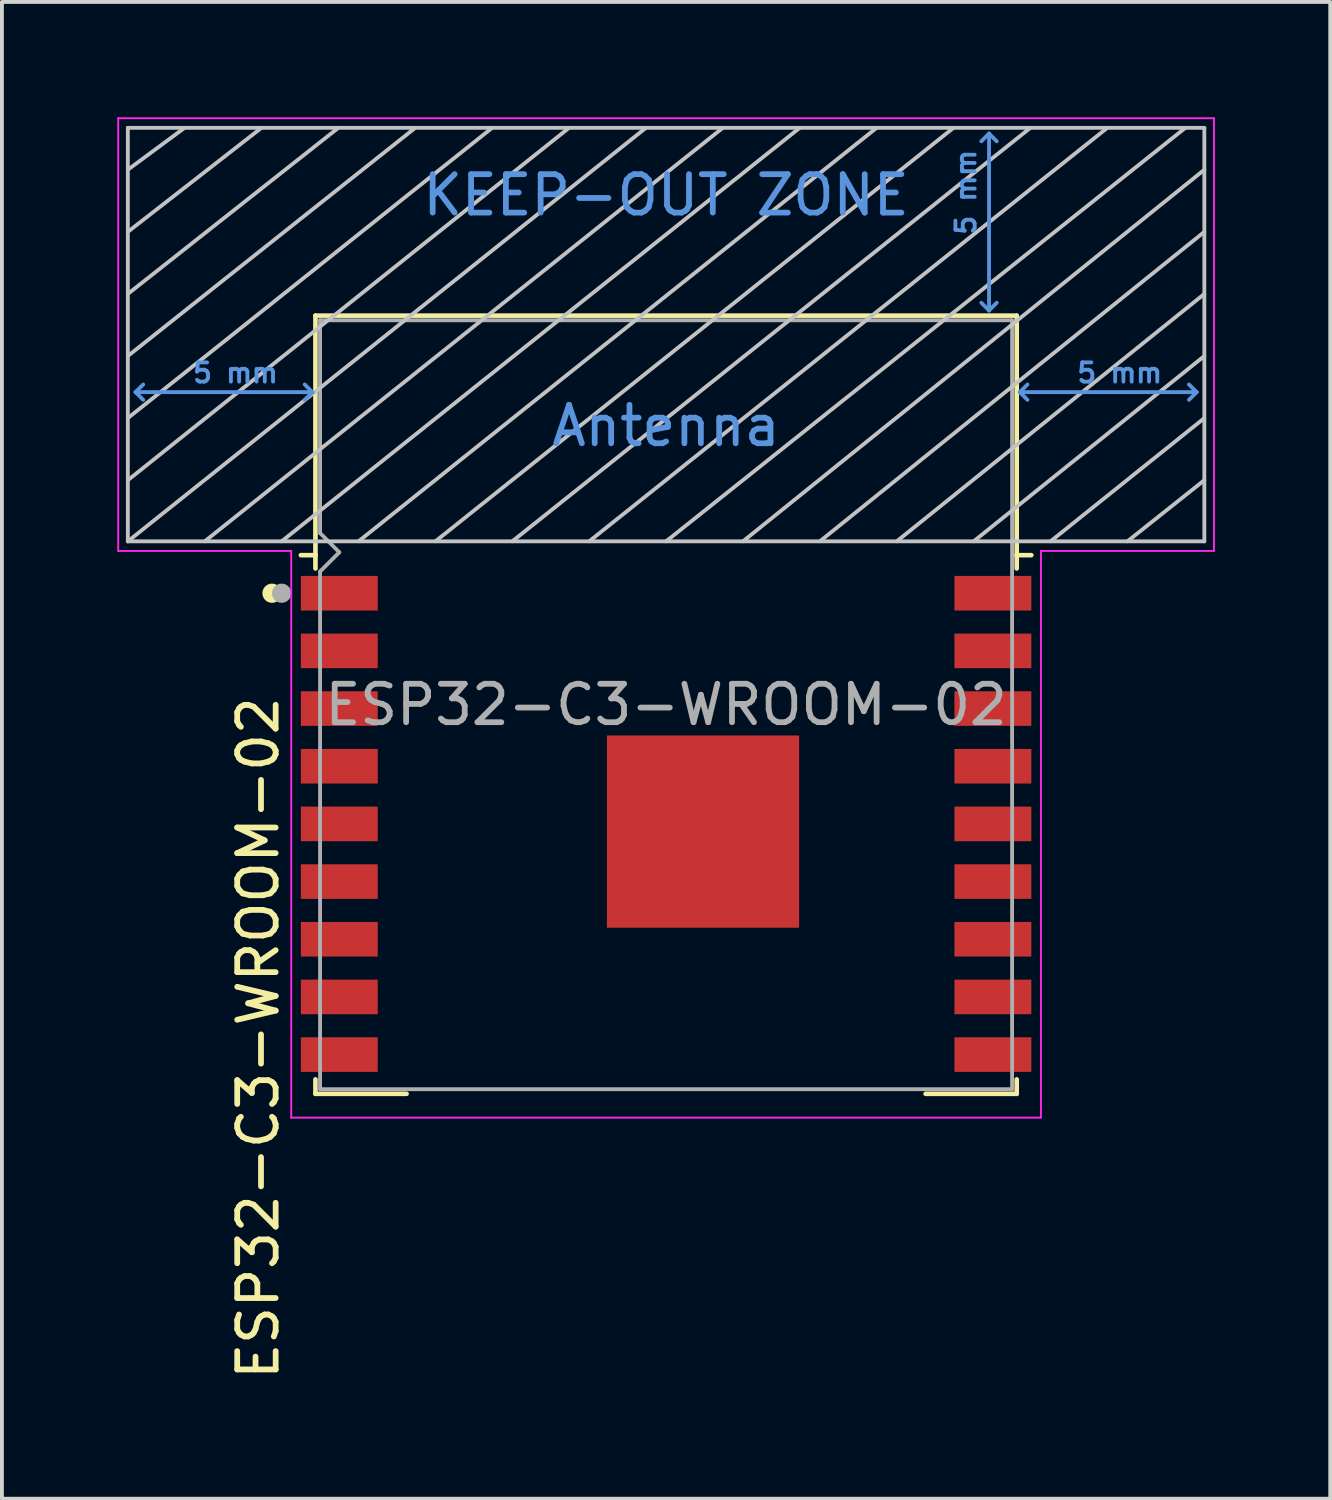
<source format=kicad_pcb>
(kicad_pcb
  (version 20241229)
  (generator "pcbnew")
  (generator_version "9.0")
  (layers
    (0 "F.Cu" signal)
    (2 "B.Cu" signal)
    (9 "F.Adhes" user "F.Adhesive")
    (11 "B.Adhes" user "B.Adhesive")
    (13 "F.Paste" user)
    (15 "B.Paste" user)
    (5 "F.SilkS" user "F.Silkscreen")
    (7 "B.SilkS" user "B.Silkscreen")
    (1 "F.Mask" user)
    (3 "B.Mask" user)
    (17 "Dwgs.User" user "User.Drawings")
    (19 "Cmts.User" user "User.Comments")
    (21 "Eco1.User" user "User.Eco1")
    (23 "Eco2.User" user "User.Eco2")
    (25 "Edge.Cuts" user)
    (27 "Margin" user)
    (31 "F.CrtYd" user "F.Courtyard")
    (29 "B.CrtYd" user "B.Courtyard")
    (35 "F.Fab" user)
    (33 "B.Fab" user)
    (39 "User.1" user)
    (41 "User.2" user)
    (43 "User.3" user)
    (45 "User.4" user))
  (footprint "ESP32-C3-WROOM-02"
    (layer "F.Cu")
    (at 14.275 15.28)
    (property "Reference" "ESP32-C3-WROOM-02" (at -10.61 8.67 90) (layer "F.SilkS") (effects (font (size 1 1) (thickness 0.15))))
    (attr smd)
    (fp_line (start -9.12 -10.12) (end -9.12 -3.89) (stroke (width 0.12) (type solid)) (layer "F.SilkS"))
    (fp_line (start -9.12 -10.12) (end 9.12 -10.12) (stroke (width 0.12) (type solid)) (layer "F.SilkS"))
    (fp_line (start -9.12 -3.89) (end -9.5 -3.89) (stroke (width 0.12) (type solid)) (layer "F.SilkS"))
    (fp_line (start -9.12 -3.89) (end -9.12 -3.545) (stroke (width 0.12) (type solid)) (layer "F.SilkS"))
    (fp_line (start -9.12 9.745) (end -9.12 10.12) (stroke (width 0.12) (type solid)) (layer "F.SilkS"))
    (fp_line (start -9.12 10.12) (end -6.75 10.12) (stroke (width 0.12) (type solid)) (layer "F.SilkS"))
    (fp_line (start 9.12 -10.12) (end 9.12 -3.89) (stroke (width 0.12) (type solid)) (layer "F.SilkS"))
    (fp_line (start 9.12 -3.89) (end 9.12 -3.545) (stroke (width 0.12) (type solid)) (layer "F.SilkS"))
    (fp_line (start 9.12 -3.89) (end 9.5 -3.89) (stroke (width 0.12) (type solid)) (layer "F.SilkS"))
    (fp_line (start 9.12 9.745) (end 9.12 10.12) (stroke (width 0.12) (type solid)) (layer "F.SilkS"))
    (fp_line (start 9.12 10.12) (end 6.75 10.12) (stroke (width 0.12) (type solid)) (layer "F.SilkS"))
    (fp_circle (center -10.25 -2.9) (end -10.125 -2.9) (stroke (width 0.25) (type solid)) (fill no) (layer "F.SilkS"))
    (fp_line (start -14 -4.25) (end -14 -15.005) (stroke (width 0.1) (type solid)) (layer "Dwgs.User"))
    (fp_line (start -12.525 -15.005) (end -14 -13.915) (stroke (width 0.1) (type solid)) (layer "Dwgs.User"))
    (fp_line (start -10.525 -15.005) (end -14 -12.3) (stroke (width 0.1) (type solid)) (layer "Dwgs.User"))
    (fp_line (start -8.525 -15.005) (end -14 -10.685) (stroke (width 0.1) (type solid)) (layer "Dwgs.User"))
    (fp_line (start -8 -4.25) (end 5.475 -15.005) (stroke (width 0.1) (type solid)) (layer "Dwgs.User"))
    (fp_line (start -6.525 -15.005) (end -14 -9.07) (stroke (width 0.1) (type solid)) (layer "Dwgs.User"))
    (fp_line (start -4.525 -15.005) (end -14 -7.455) (stroke (width 0.1) (type solid)) (layer "Dwgs.User"))
    (fp_line (start -2.525 -15.005) (end -14 -5.84) (stroke (width 0.1) (type solid)) (layer "Dwgs.User"))
    (fp_line (start -0.525 -15.005) (end -14 -4.25) (stroke (width 0.1) (type solid)) (layer "Dwgs.User"))
    (fp_line (start 1.475 -15.005) (end -12 -4.25) (stroke (width 0.1) (type solid)) (layer "Dwgs.User"))
    (fp_line (start 3.475 -15.005) (end -10 -4.25) (stroke (width 0.1) (type solid)) (layer "Dwgs.User"))
    (fp_line (start 7.475 -15.005) (end -6 -4.25) (stroke (width 0.1) (type solid)) (layer "Dwgs.User"))
    (fp_line (start 9.475 -15.005) (end -4 -4.25) (stroke (width 0.1) (type solid)) (layer "Dwgs.User"))
    (fp_line (start 11.475 -15.005) (end -2 -4.25) (stroke (width 0.1) (type solid)) (layer "Dwgs.User"))
    (fp_line (start 13.5 -15) (end 0 -4.25) (stroke (width 0.1) (type solid)) (layer "Dwgs.User"))
    (fp_line (start 14 -15.005) (end -14 -15.005) (stroke (width 0.1) (type solid)) (layer "Dwgs.User"))
    (fp_line (start 14 -13.915) (end 2 -4.25) (stroke (width 0.1) (type solid)) (layer "Dwgs.User"))
    (fp_line (start 14 -12.3) (end 4 -4.25) (stroke (width 0.1) (type solid)) (layer "Dwgs.User"))
    (fp_line (start 14 -10.685) (end 6 -4.25) (stroke (width 0.1) (type solid)) (layer "Dwgs.User"))
    (fp_line (start 14 -9.07) (end 8 -4.25) (stroke (width 0.1) (type solid)) (layer "Dwgs.User"))
    (fp_line (start 14 -7.455) (end 10 -4.25) (stroke (width 0.1) (type solid)) (layer "Dwgs.User"))
    (fp_line (start 14 -5.84) (end 12 -4.25) (stroke (width 0.1) (type solid)) (layer "Dwgs.User"))
    (fp_line (start 14 -4.25) (end -14 -4.25) (stroke (width 0.1) (type solid)) (layer "Dwgs.User"))
    (fp_line (start 14 -4.25) (end 14 -15.005) (stroke (width 0.1) (type solid)) (layer "Dwgs.User"))
    (fp_line (start -13.8 -8.13) (end -13.6 -8.33) (stroke (width 0.1) (type solid)) (layer "Cmts.User"))
    (fp_line (start -13.8 -8.13) (end -13.6 -7.93) (stroke (width 0.1) (type solid)) (layer "Cmts.User"))
    (fp_line (start -13.8 -8.13) (end -9.2 -8.13) (stroke (width 0.1) (type solid)) (layer "Cmts.User"))
    (fp_line (start -9.2 -8.13) (end -9.4 -8.33) (stroke (width 0.1) (type solid)) (layer "Cmts.User"))
    (fp_line (start -9.2 -8.13) (end -9.4 -7.93) (stroke (width 0.1) (type solid)) (layer "Cmts.User"))
    (fp_line (start 8.4 -14.855) (end 8.2 -14.655) (stroke (width 0.1) (type solid)) (layer "Cmts.User"))
    (fp_line (start 8.4 -14.855) (end 8.6 -14.655) (stroke (width 0.1) (type solid)) (layer "Cmts.User"))
    (fp_line (start 8.4 -10.255) (end 8.2 -10.455) (stroke (width 0.1) (type solid)) (layer "Cmts.User"))
    (fp_line (start 8.4 -10.255) (end 8.4 -14.855) (stroke (width 0.1) (type solid)) (layer "Cmts.User"))
    (fp_line (start 8.4 -10.255) (end 8.6 -10.455) (stroke (width 0.1) (type solid)) (layer "Cmts.User"))
    (fp_line (start 9.2 -8.13) (end 9.4 -8.33) (stroke (width 0.1) (type solid)) (layer "Cmts.User"))
    (fp_line (start 9.2 -8.13) (end 9.4 -7.93) (stroke (width 0.1) (type solid)) (layer "Cmts.User"))
    (fp_line (start 9.2 -8.13) (end 13.8 -8.13) (stroke (width 0.1) (type solid)) (layer "Cmts.User"))
    (fp_line (start 13.8 -8.13) (end 13.6 -8.33) (stroke (width 0.1) (type solid)) (layer "Cmts.User"))
    (fp_line (start 13.8 -8.13) (end 13.6 -7.93) (stroke (width 0.1) (type solid)) (layer "Cmts.User"))
    (fp_line (start -14.25 -15.255) (end -14.25 -4) (stroke (width 0.05) (type solid)) (layer "F.CrtYd"))
    (fp_line (start -14.25 -15.255) (end 14.25 -15.255) (stroke (width 0.05) (type solid)) (layer "F.CrtYd"))
    (fp_line (start -14.25 -4) (end -9.75 -4) (stroke (width 0.05) (type solid)) (layer "F.CrtYd"))
    (fp_line (start -9.75 10.74) (end -9.75 -4) (stroke (width 0.05) (type solid)) (layer "F.CrtYd"))
    (fp_line (start -9.75 10.74) (end 9.75 10.74) (stroke (width 0.05) (type solid)) (layer "F.CrtYd"))
    (fp_line (start 9.75 -4) (end 9.75 10.74) (stroke (width 0.05) (type solid)) (layer "F.CrtYd"))
    (fp_line (start 9.75 -4) (end 14.25 -4) (stroke (width 0.05) (type solid)) (layer "F.CrtYd"))
    (fp_line (start 14.25 -15.255) (end 14.25 -4) (stroke (width 0.05) (type solid)) (layer "F.CrtYd"))
    (fp_line (start -9 -10) (end -9 -4.465) (stroke (width 0.1) (type solid)) (layer "F.Fab"))
    (fp_line (start -9 -10) (end 9 -10) (stroke (width 0.1) (type solid)) (layer "F.Fab"))
    (fp_line (start -9 -3.465) (end -9 10) (stroke (width 0.1) (type solid)) (layer "F.Fab"))
    (fp_line (start -9 -3.465) (end -8.5 -3.965) (stroke (width 0.1) (type solid)) (layer "F.Fab"))
    (fp_line (start -9 10) (end 9 10) (stroke (width 0.1) (type solid)) (layer "F.Fab"))
    (fp_line (start -8.5 -3.965) (end -9 -4.465) (stroke (width 0.1) (type solid)) (layer "F.Fab"))
    (fp_line (start 9 10) (end 9 -10) (stroke (width 0.1) (type solid)) (layer "F.Fab"))
    (fp_circle (center -10 -2.9) (end -9.875 -2.9) (stroke (width 0.25) (type solid)) (fill no) (layer "F.Fab"))
    (fp_text user "5 mm" (at -11.2 -8.63 0) (layer "Cmts.User") (effects (font (size 0.5 0.5) (thickness 0.1))))
    (fp_text user "KEEP-OUT ZONE" (at 0 -13.255 0) (layer "Cmts.User") (effects (font (size 1 1) (thickness 0.15))))
    (fp_text user "5 mm" (at 11.8 -8.63 0) (layer "Cmts.User") (effects (font (size 0.5 0.5) (thickness 0.1))))
    (fp_text user "Antenna" (at 0 -7.255 0) (layer "Cmts.User") (effects (font (size 1 1) (thickness 0.15))))
    (fp_text user "5 mm" (at 7.8 -13.33 90) (layer "Cmts.User") (effects (font (size 0.5 0.5) (thickness 0.1))))
    (fp_text user "${REFERENCE}" (at 0 0 0) (layer "F.Fab") (effects (font (size 1 1) (thickness 0.15))))
    (pad "1" smd rect (at -8.5 -2.9) (size 2 0.9) (layers "F.Cu" "F.Mask" "F.Paste"))
    (pad "2" smd rect (at -8.5 -1.4) (size 2 0.9) (layers "F.Cu" "F.Mask" "F.Paste"))
    (pad "3" smd rect (at -8.5 0.1) (size 2 0.9) (layers "F.Cu" "F.Mask" "F.Paste"))
    (pad "4" smd rect (at -8.5 1.6) (size 2 0.9) (layers "F.Cu" "F.Mask" "F.Paste"))
    (pad "5" smd rect (at -8.5 3.1) (size 2 0.9) (layers "F.Cu" "F.Mask" "F.Paste"))
    (pad "6" smd rect (at -8.5 4.6) (size 2 0.9) (layers "F.Cu" "F.Mask" "F.Paste"))
    (pad "7" smd rect (at -8.5 6.1) (size 2 0.9) (layers "F.Cu" "F.Mask" "F.Paste"))
    (pad "8" smd rect (at -8.5 7.6) (size 2 0.9) (layers "F.Cu" "F.Mask" "F.Paste"))
    (pad "9" smd rect (at -8.5 9.1) (size 2 0.9) (layers "F.Cu" "F.Mask" "F.Paste"))
    (pad "10" smd rect (at 8.5 9.1) (size 2 0.9) (layers "F.Cu" "F.Mask" "F.Paste"))
    (pad "11" smd rect (at 8.5 7.6) (size 2 0.9) (layers "F.Cu" "F.Mask" "F.Paste"))
    (pad "12" smd rect (at 8.5 6.1) (size 2 0.9) (layers "F.Cu" "F.Mask" "F.Paste"))
    (pad "13" smd rect (at 8.5 4.6) (size 2 0.9) (layers "F.Cu" "F.Mask" "F.Paste"))
    (pad "14" smd rect (at 8.5 3.1) (size 2 0.9) (layers "F.Cu" "F.Mask" "F.Paste"))
    (pad "15" smd rect (at 8.5 1.6) (size 2 0.9) (layers "F.Cu" "F.Mask" "F.Paste"))
    (pad "16" smd rect (at 8.5 0.1) (size 2 0.9) (layers "F.Cu" "F.Mask" "F.Paste"))
    (pad "17" smd rect (at 8.5 -1.4) (size 2 0.9) (layers "F.Cu" "F.Mask" "F.Paste"))
    (pad "18" smd rect (at 8.5 -2.9) (size 2 0.9) (layers "F.Cu" "F.Mask" "F.Paste"))
    (pad "19" smd rect (at 0.96 3.3) (size 5 5) (layers "F.Cu" "F.Mask" "F.Paste")))
  (gr_rect
    (start -3 -3)
    (end 31.55 35.932)
    (stroke (width 0.1) (type default))
    (fill no)
    (layer "Edge.Cuts")))
</source>
